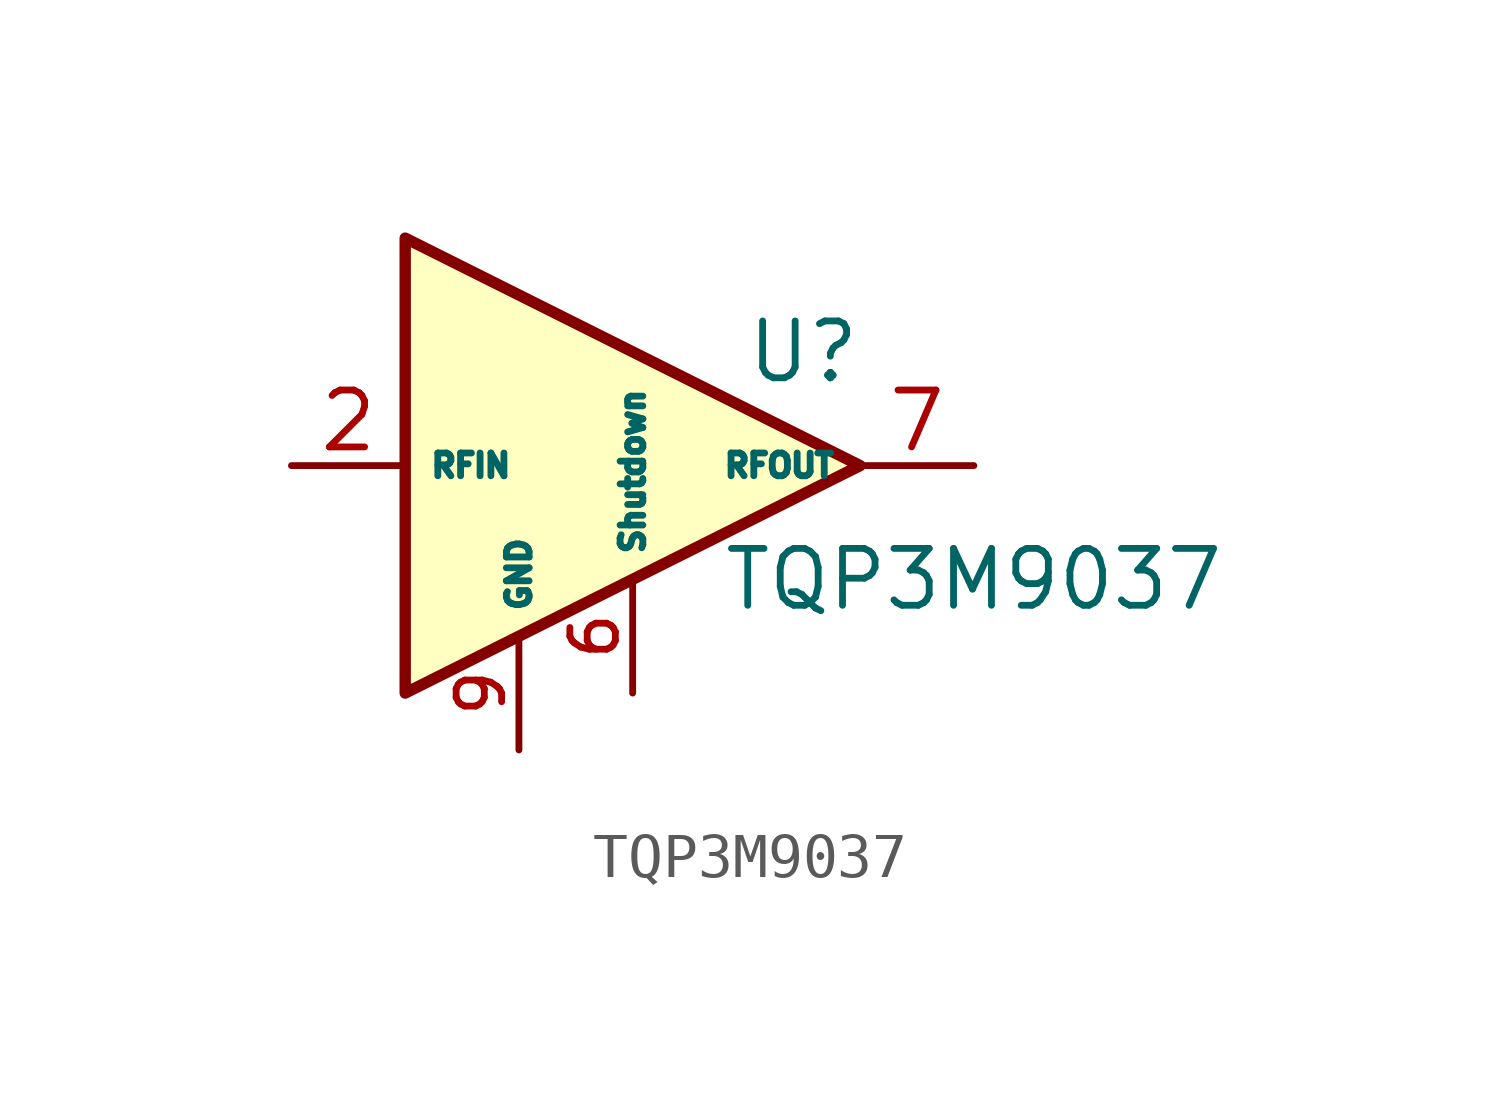
<source format=kicad_sym>
(kicad_symbol_lib
  (version 20231120)
  (generator "kicad_symbol_editor")
  (generator_version "8.0")
  (symbol "TQP3M9037"
    (property "Reference" "U"
      (at 6.35 2.54 0)
      (effects (font (size 1.27 1.27))))
    (property "Value" "TQP3M9037"
      (at 10.16 -2.54 0)
      (effects (font (size 1.27 1.27))))
    (symbol "TQP3M9037_0_1"
      (polyline (pts (xy -2.54 5.08) (xy -2.54 -2.54) (xy -2.54 -5.08) (xy 7.62 0) (xy -2.54 5.08)) (stroke (width 0.254) (type default)) (fill (type background))))
    (symbol "TQP3M9037_1_1"
      (pin input line (at -5.08 0 0) (length 2.54) (name "RFIN" (effects (font (size 0.508 0.508)))) (number "2" (effects (font (size 1.27 1.27)))))
      (pin input line (at 2.54 -5.08 90) (length 2.54) (name "Shutdown" (effects (font (size 0.508 0.508)))) (number "6" (effects (font (size 1.016 1.016)))))
      (pin output line (at 10.16 0 180) (length 2.54) (name "RFOUT" (effects (font (size 0.508 0.508)))) (number "7" (effects (font (size 1.27 1.27)))))
      (pin passive line (at 0 -6.35 90) (length 2.54) (name "GND" (effects (font (size 0.508 0.508)))) (number "9" (effects (font (size 1.016 1.016))))))))
</source>
